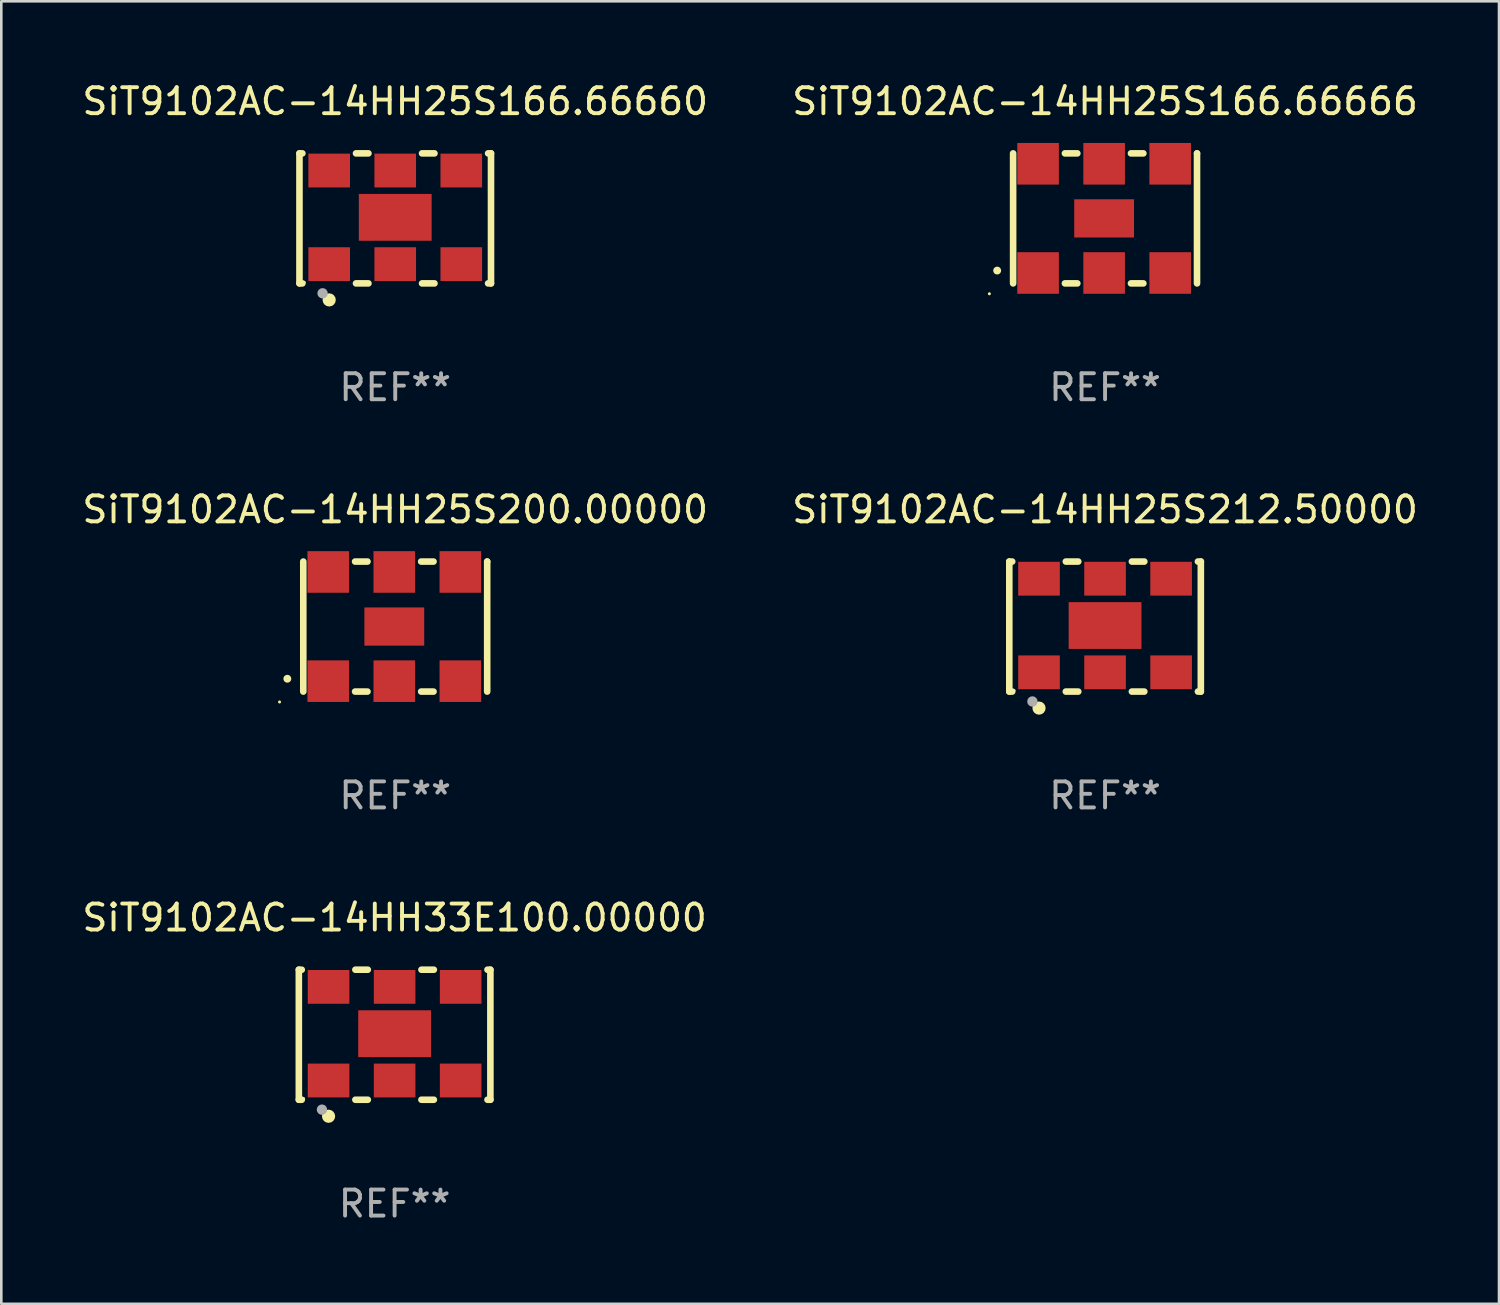
<source format=kicad_pcb>
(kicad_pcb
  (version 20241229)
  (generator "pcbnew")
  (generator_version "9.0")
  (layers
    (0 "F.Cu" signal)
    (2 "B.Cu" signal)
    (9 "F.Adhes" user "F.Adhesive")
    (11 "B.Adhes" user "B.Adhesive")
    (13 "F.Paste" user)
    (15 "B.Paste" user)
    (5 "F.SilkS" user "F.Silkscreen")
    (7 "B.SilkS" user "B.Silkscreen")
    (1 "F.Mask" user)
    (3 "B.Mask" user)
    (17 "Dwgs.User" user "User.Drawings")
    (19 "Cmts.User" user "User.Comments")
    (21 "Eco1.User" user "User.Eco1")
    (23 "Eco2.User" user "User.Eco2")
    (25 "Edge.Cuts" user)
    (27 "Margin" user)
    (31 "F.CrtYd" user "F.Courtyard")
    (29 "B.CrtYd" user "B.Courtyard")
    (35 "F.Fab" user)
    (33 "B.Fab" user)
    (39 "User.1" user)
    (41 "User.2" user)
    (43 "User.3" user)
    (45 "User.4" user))
  (footprint "SiT9102AC-14HH25S166.66660"
    (layer "F.Cu")
    (at 12.149 5.348)
    (property "Reference" "SiT9102AC-14HH25S166.66660" (at 0 -4.5 0) (layer "F.SilkS") (effects (font (size 1 1) (thickness 0.15))))
    (attr through_hole)
    (fp_line (start -3.683 -2.5) (end -3.571 -2.5) (stroke (width 0.254) (type solid)) (layer "F.SilkS"))
    (fp_line (start -3.683 2.5) (end -3.683 -2.5) (stroke (width 0.254) (type solid)) (layer "F.SilkS"))
    (fp_line (start -3.683 2.5) (end -3.571 2.5) (stroke (width 0.254) (type solid)) (layer "F.SilkS"))
    (fp_line (start -1.509 -2.5) (end -1.031 -2.5) (stroke (width 0.254) (type solid)) (layer "F.SilkS"))
    (fp_line (start -1.509 2.5) (end -1.031 2.5) (stroke (width 0.254) (type solid)) (layer "F.SilkS"))
    (fp_line (start 1.031 -2.5) (end 1.509 -2.5) (stroke (width 0.254) (type solid)) (layer "F.SilkS"))
    (fp_line (start 1.031 2.5) (end 1.509 2.5) (stroke (width 0.254) (type solid)) (layer "F.SilkS"))
    (fp_line (start 3.571 -2.5) (end 3.683 -2.5) (stroke (width 0.254) (type solid)) (layer "F.SilkS"))
    (fp_line (start 3.571 2.5) (end 3.683 2.5) (stroke (width 0.254) (type solid)) (layer "F.SilkS"))
    (fp_line (start 3.683 2.5) (end 3.683 -2.5) (stroke (width 0.254) (type solid)) (layer "F.SilkS"))
    (fp_circle (center -3.5 2.46) (end -3.47 2.46) (stroke (width 0.06) (type solid)) (fill no) (layer "F.SilkS"))
    (fp_circle (center -2.54 3.135) (end -2.413 3.135) (stroke (width 0.254) (type solid)) (fill no) (layer "F.SilkS"))
    (fp_circle (center -2.794 2.881) (end -2.694 2.881) (stroke (width 0.2) (type solid)) (fill no) (layer "F.Fab"))
    (fp_text user "REF**" (at 0 6.5 0) (layer "F.Fab") (effects (font (size 1 1) (thickness 0.15))))
    (pad "1" smd rect (at -2.54 1.76) (size 1.6 1.3) (layers "F.Cu" "F.Mask" "F.Paste"))
    (pad "2" smd rect (at 0 1.76) (size 1.6 1.3) (layers "F.Cu" "F.Mask" "F.Paste"))
    (pad "3" smd rect (at 2.54 1.76) (size 1.6 1.3) (layers "F.Cu" "F.Mask" "F.Paste"))
    (pad "4" smd rect (at 2.54 -1.84) (size 1.6 1.3) (layers "F.Cu" "F.Mask" "F.Paste"))
    (pad "5" smd rect (at 0 -1.84) (size 1.6 1.3) (layers "F.Cu" "F.Mask" "F.Paste"))
    (pad "6" smd rect (at -2.54 -1.84) (size 1.6 1.3) (layers "F.Cu" "F.Mask" "F.Paste"))
    (pad "7" smd rect (at 0 -0.04) (size 2.8 1.8) (layers "F.Cu" "F.Mask" "F.Paste")))
  (footprint "SiT9102AC-14HH25S212.50000"
    (layer "F.Cu")
    (at 39.446 21.045)
    (property "Reference" "SiT9102AC-14HH25S212.50000" (at 0 -4.5 0) (layer "F.SilkS") (effects (font (size 1 1) (thickness 0.15))))
    (attr through_hole)
    (fp_line (start -3.683 -2.5) (end -3.571 -2.5) (stroke (width 0.254) (type solid)) (layer "F.SilkS"))
    (fp_line (start -3.683 2.5) (end -3.683 -2.5) (stroke (width 0.254) (type solid)) (layer "F.SilkS"))
    (fp_line (start -3.683 2.5) (end -3.571 2.5) (stroke (width 0.254) (type solid)) (layer "F.SilkS"))
    (fp_line (start -1.509 -2.5) (end -1.031 -2.5) (stroke (width 0.254) (type solid)) (layer "F.SilkS"))
    (fp_line (start -1.509 2.5) (end -1.031 2.5) (stroke (width 0.254) (type solid)) (layer "F.SilkS"))
    (fp_line (start 1.031 -2.5) (end 1.509 -2.5) (stroke (width 0.254) (type solid)) (layer "F.SilkS"))
    (fp_line (start 1.031 2.5) (end 1.509 2.5) (stroke (width 0.254) (type solid)) (layer "F.SilkS"))
    (fp_line (start 3.571 -2.5) (end 3.683 -2.5) (stroke (width 0.254) (type solid)) (layer "F.SilkS"))
    (fp_line (start 3.571 2.5) (end 3.683 2.5) (stroke (width 0.254) (type solid)) (layer "F.SilkS"))
    (fp_line (start 3.683 2.5) (end 3.683 -2.5) (stroke (width 0.254) (type solid)) (layer "F.SilkS"))
    (fp_circle (center -3.5 2.46) (end -3.47 2.46) (stroke (width 0.06) (type solid)) (fill no) (layer "F.SilkS"))
    (fp_circle (center -2.54 3.135) (end -2.413 3.135) (stroke (width 0.254) (type solid)) (fill no) (layer "F.SilkS"))
    (fp_circle (center -2.794 2.881) (end -2.694 2.881) (stroke (width 0.2) (type solid)) (fill no) (layer "F.Fab"))
    (fp_text user "REF**" (at 0 6.5 0) (layer "F.Fab") (effects (font (size 1 1) (thickness 0.15))))
    (pad "1" smd rect (at -2.54 1.76) (size 1.6 1.3) (layers "F.Cu" "F.Mask" "F.Paste"))
    (pad "2" smd rect (at 0 1.76) (size 1.6 1.3) (layers "F.Cu" "F.Mask" "F.Paste"))
    (pad "3" smd rect (at 2.54 1.76) (size 1.6 1.3) (layers "F.Cu" "F.Mask" "F.Paste"))
    (pad "4" smd rect (at 2.54 -1.84) (size 1.6 1.3) (layers "F.Cu" "F.Mask" "F.Paste"))
    (pad "5" smd rect (at 0 -1.84) (size 1.6 1.3) (layers "F.Cu" "F.Mask" "F.Paste"))
    (pad "6" smd rect (at -2.54 -1.84) (size 1.6 1.3) (layers "F.Cu" "F.Mask" "F.Paste"))
    (pad "7" smd rect (at 0 -0.04) (size 2.8 1.8) (layers "F.Cu" "F.Mask" "F.Paste")))
  (footprint "SiT9102AC-14HH33E100.00000"
    (layer "F.Cu")
    (at 12.125 36.741)
    (property "Reference" "SiT9102AC-14HH33E100.00000" (at 0 -4.5 0) (layer "F.SilkS") (effects (font (size 1 1) (thickness 0.15))))
    (attr through_hole)
    (fp_line (start -3.683 -2.5) (end -3.571 -2.5) (stroke (width 0.254) (type solid)) (layer "F.SilkS"))
    (fp_line (start -3.683 2.5) (end -3.683 -2.5) (stroke (width 0.254) (type solid)) (layer "F.SilkS"))
    (fp_line (start -3.683 2.5) (end -3.571 2.5) (stroke (width 0.254) (type solid)) (layer "F.SilkS"))
    (fp_line (start -1.509 -2.5) (end -1.031 -2.5) (stroke (width 0.254) (type solid)) (layer "F.SilkS"))
    (fp_line (start -1.509 2.5) (end -1.031 2.5) (stroke (width 0.254) (type solid)) (layer "F.SilkS"))
    (fp_line (start 1.031 -2.5) (end 1.509 -2.5) (stroke (width 0.254) (type solid)) (layer "F.SilkS"))
    (fp_line (start 1.031 2.5) (end 1.509 2.5) (stroke (width 0.254) (type solid)) (layer "F.SilkS"))
    (fp_line (start 3.571 -2.5) (end 3.683 -2.5) (stroke (width 0.254) (type solid)) (layer "F.SilkS"))
    (fp_line (start 3.571 2.5) (end 3.683 2.5) (stroke (width 0.254) (type solid)) (layer "F.SilkS"))
    (fp_line (start 3.683 2.5) (end 3.683 -2.5) (stroke (width 0.254) (type solid)) (layer "F.SilkS"))
    (fp_circle (center -3.5 2.46) (end -3.47 2.46) (stroke (width 0.06) (type solid)) (fill no) (layer "F.SilkS"))
    (fp_circle (center -2.54 3.135) (end -2.413 3.135) (stroke (width 0.254) (type solid)) (fill no) (layer "F.SilkS"))
    (fp_circle (center -2.794 2.881) (end -2.694 2.881) (stroke (width 0.2) (type solid)) (fill no) (layer "F.Fab"))
    (fp_text user "REF**" (at 0 6.5 0) (layer "F.Fab") (effects (font (size 1 1) (thickness 0.15))))
    (pad "1" smd rect (at -2.54 1.76) (size 1.6 1.3) (layers "F.Cu" "F.Mask" "F.Paste"))
    (pad "2" smd rect (at 0 1.76) (size 1.6 1.3) (layers "F.Cu" "F.Mask" "F.Paste"))
    (pad "3" smd rect (at 2.54 1.76) (size 1.6 1.3) (layers "F.Cu" "F.Mask" "F.Paste"))
    (pad "4" smd rect (at 2.54 -1.84) (size 1.6 1.3) (layers "F.Cu" "F.Mask" "F.Paste"))
    (pad "5" smd rect (at 0 -1.84) (size 1.6 1.3) (layers "F.Cu" "F.Mask" "F.Paste"))
    (pad "6" smd rect (at -2.54 -1.84) (size 1.6 1.3) (layers "F.Cu" "F.Mask" "F.Paste"))
    (pad "7" smd rect (at 0 -0.04) (size 2.8 1.8) (layers "F.Cu" "F.Mask" "F.Paste")))
  (footprint "SiT9102AC-14HH25S200.00000"
    (layer "F.Cu")
    (at 12.149 21.045)
    (property "Reference" "SiT9102AC-14HH25S200.00000" (at 0 -4.5 0) (layer "F.SilkS") (effects (font (size 1 1) (thickness 0.15))))
    (attr through_hole)
    (fp_line (start -3.536 -2.5) (end -3.536 2.5) (stroke (width 0.254) (type solid)) (layer "F.SilkS"))
    (fp_line (start -1.544 2.5) (end -1.067 2.5) (stroke (width 0.254) (type solid)) (layer "F.SilkS"))
    (fp_line (start -1.067 -2.5) (end -1.544 -2.5) (stroke (width 0.254) (type solid)) (layer "F.SilkS"))
    (fp_line (start 0.996 2.5) (end 1.473 2.5) (stroke (width 0.254) (type solid)) (layer "F.SilkS"))
    (fp_line (start 1.473 -2.5) (end 0.996 -2.5) (stroke (width 0.254) (type solid)) (layer "F.SilkS"))
    (fp_line (start 3.536 -2.5) (end 3.536 -2.5) (stroke (width 0.254) (type solid)) (layer "F.SilkS"))
    (fp_line (start 3.536 2.5) (end 3.536 -2.5) (stroke (width 0.254) (type solid)) (layer "F.SilkS"))
    (fp_arc (start -4.150432 2.006604) (mid -4.149162 2.006599) (end -4.147892 2.006604) (stroke (width 0.3) (type solid)) (layer "F.SilkS"))
    (fp_circle (center -4.449 2.9) (end -4.419 2.9) (stroke (width 0.06) (type solid)) (fill no) (layer "F.SilkS"))
    (fp_text user "REF**" (at 0 6.5 0) (layer "F.Fab") (effects (font (size 1 1) (thickness 0.15))))
    (pad "1" smd rect (at -2.576 2.1) (size 1.6 1.6) (layers "F.Cu" "F.Mask" "F.Paste"))
    (pad "2" smd rect (at -0.036 2.1) (size 1.6 1.6) (layers "F.Cu" "F.Mask" "F.Paste"))
    (pad "3" smd rect (at 2.504 2.1) (size 1.6 1.6) (layers "F.Cu" "F.Mask" "F.Paste"))
    (pad "4" smd rect (at 2.504 -2.1) (size 1.6 1.6) (layers "F.Cu" "F.Mask" "F.Paste"))
    (pad "5" smd rect (at -0.036 -2.1) (size 1.6 1.6) (layers "F.Cu" "F.Mask" "F.Paste"))
    (pad "6" smd rect (at -2.576 -2.1) (size 1.6 1.6) (layers "F.Cu" "F.Mask" "F.Paste"))
    (pad "7" smd rect (at -0.036 0) (size 2.3 1.47) (layers "F.Cu" "F.Mask" "F.Paste")))
  (footprint "SiT9102AC-14HH25S166.66666"
    (layer "F.Cu")
    (at 39.446 5.348)
    (property "Reference" "SiT9102AC-14HH25S166.66666" (at 0 -4.5 0) (layer "F.SilkS") (effects (font (size 1 1) (thickness 0.15))))
    (attr through_hole)
    (fp_line (start -3.536 -2.5) (end -3.536 2.5) (stroke (width 0.254) (type solid)) (layer "F.SilkS"))
    (fp_line (start -1.544 2.5) (end -1.067 2.5) (stroke (width 0.254) (type solid)) (layer "F.SilkS"))
    (fp_line (start -1.067 -2.5) (end -1.544 -2.5) (stroke (width 0.254) (type solid)) (layer "F.SilkS"))
    (fp_line (start 0.996 2.5) (end 1.473 2.5) (stroke (width 0.254) (type solid)) (layer "F.SilkS"))
    (fp_line (start 1.473 -2.5) (end 0.996 -2.5) (stroke (width 0.254) (type solid)) (layer "F.SilkS"))
    (fp_line (start 3.536 -2.5) (end 3.536 -2.5) (stroke (width 0.254) (type solid)) (layer "F.SilkS"))
    (fp_line (start 3.536 2.5) (end 3.536 -2.5) (stroke (width 0.254) (type solid)) (layer "F.SilkS"))
    (fp_arc (start -4.150432 2.006604) (mid -4.149162 2.006599) (end -4.147892 2.006604) (stroke (width 0.3) (type solid)) (layer "F.SilkS"))
    (fp_circle (center -4.449 2.9) (end -4.419 2.9) (stroke (width 0.06) (type solid)) (fill no) (layer "F.SilkS"))
    (fp_text user "REF**" (at 0 6.5 0) (layer "F.Fab") (effects (font (size 1 1) (thickness 0.15))))
    (pad "1" smd rect (at -2.576 2.1) (size 1.6 1.6) (layers "F.Cu" "F.Mask" "F.Paste"))
    (pad "2" smd rect (at -0.036 2.1) (size 1.6 1.6) (layers "F.Cu" "F.Mask" "F.Paste"))
    (pad "3" smd rect (at 2.504 2.1) (size 1.6 1.6) (layers "F.Cu" "F.Mask" "F.Paste"))
    (pad "4" smd rect (at 2.504 -2.1) (size 1.6 1.6) (layers "F.Cu" "F.Mask" "F.Paste"))
    (pad "5" smd rect (at -0.036 -2.1) (size 1.6 1.6) (layers "F.Cu" "F.Mask" "F.Paste"))
    (pad "6" smd rect (at -2.576 -2.1) (size 1.6 1.6) (layers "F.Cu" "F.Mask" "F.Paste"))
    (pad "7" smd rect (at -0.036 0) (size 2.3 1.47) (layers "F.Cu" "F.Mask" "F.Paste")))
  (gr_rect
    (start -3 -3)
    (end 54.595 47.09)
    (stroke (width 0.1) (type default))
    (fill no)
    (layer "Edge.Cuts")))
</source>
